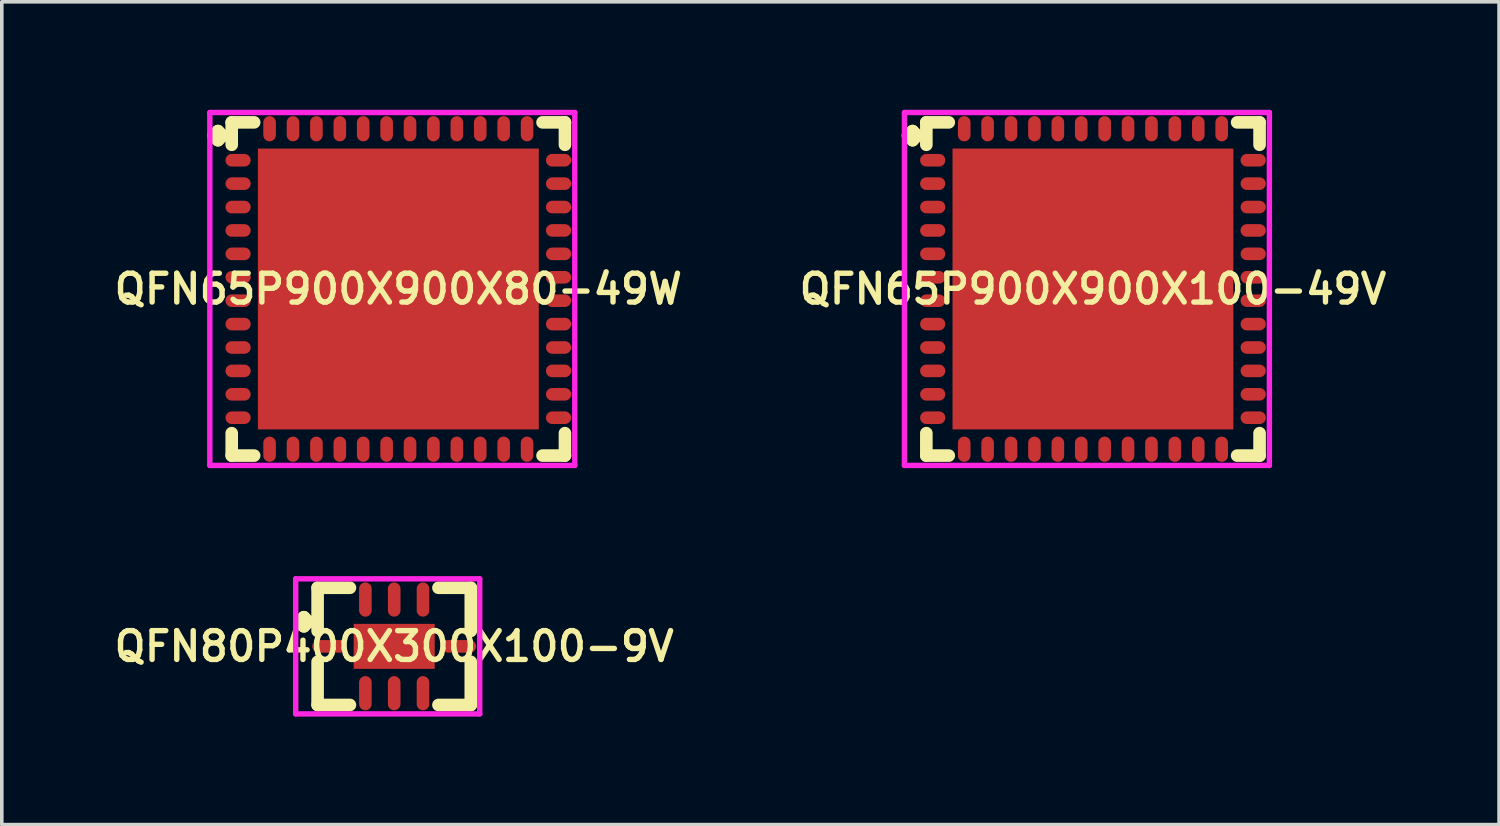
<source format=kicad_pcb>
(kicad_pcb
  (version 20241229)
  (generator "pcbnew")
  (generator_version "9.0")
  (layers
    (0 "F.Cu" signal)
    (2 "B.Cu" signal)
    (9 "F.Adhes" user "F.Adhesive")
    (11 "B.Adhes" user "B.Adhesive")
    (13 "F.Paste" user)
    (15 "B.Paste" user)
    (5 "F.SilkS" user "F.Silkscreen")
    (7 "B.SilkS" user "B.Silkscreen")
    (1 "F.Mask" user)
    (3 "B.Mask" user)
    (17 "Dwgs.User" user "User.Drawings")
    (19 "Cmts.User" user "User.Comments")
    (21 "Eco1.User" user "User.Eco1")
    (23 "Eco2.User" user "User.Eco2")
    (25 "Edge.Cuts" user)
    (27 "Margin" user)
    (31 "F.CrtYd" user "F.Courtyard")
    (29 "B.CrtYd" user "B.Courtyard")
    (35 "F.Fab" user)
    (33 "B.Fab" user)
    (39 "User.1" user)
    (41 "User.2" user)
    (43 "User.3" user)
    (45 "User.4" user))
  (footprint "QFN65P900X900X80-49W"
    (layer "F.Cu")
    (at 8.012 4.975)
    (property "Reference" "QFN65P900X900X80-49W" (at 0 0 0) (layer "F.SilkS") (effects (font (size 0.8 0.8) (thickness 0.15))))
    (attr smd)
    (fp_line (start -5.135 -4.258) (end -5.008 -4.385) (stroke (width 0.35) (type solid)) (layer "F.SilkS"))
    (fp_line (start -5.008 -4.385) (end -4.881 -4.258) (stroke (width 0.35) (type solid)) (layer "F.SilkS"))
    (fp_line (start -5.008 -4.131) (end -5.135 -4.258) (stroke (width 0.35) (type solid)) (layer "F.SilkS"))
    (fp_line (start -4.881 -4.258) (end -5.008 -4.131) (stroke (width 0.35) (type solid)) (layer "F.SilkS"))
    (fp_line (start -4.627 -4.627) (end -4.004 -4.627) (stroke (width 0.35) (type solid)) (layer "F.SilkS"))
    (fp_line (start -4.627 -4.004) (end -4.627 -4.627) (stroke (width 0.35) (type solid)) (layer "F.SilkS"))
    (fp_line (start -4.627 4.004) (end -4.627 4.627) (stroke (width 0.35) (type solid)) (layer "F.SilkS"))
    (fp_line (start -4.627 4.627) (end -4.004 4.627) (stroke (width 0.35) (type solid)) (layer "F.SilkS"))
    (fp_line (start 4.004 -4.627) (end 4.627 -4.627) (stroke (width 0.35) (type solid)) (layer "F.SilkS"))
    (fp_line (start 4.004 4.627) (end 4.627 4.627) (stroke (width 0.35) (type solid)) (layer "F.SilkS"))
    (fp_line (start 4.627 -4.627) (end 4.627 -4.004) (stroke (width 0.35) (type solid)) (layer "F.SilkS"))
    (fp_line (start 4.627 4.627) (end 4.627 4.004) (stroke (width 0.35) (type solid)) (layer "F.SilkS"))
    (fp_line (start -5.235 -4.9) (end 4.9 -4.9) (stroke (width 0.15) (type solid)) (layer "F.CrtYd"))
    (fp_line (start -5.235 4.9) (end -5.235 -4.9) (stroke (width 0.15) (type solid)) (layer "F.CrtYd"))
    (fp_line (start 4.9 -4.9) (end 4.9 4.9) (stroke (width 0.15) (type solid)) (layer "F.CrtYd"))
    (fp_line (start 4.9 4.9) (end -5.235 4.9) (stroke (width 0.15) (type solid)) (layer "F.CrtYd"))
    (pad "1" smd oval (at -4.45 -3.575) (size 0.7 0.35) (layers "F.Cu" "F.Mask" "F.Paste"))
    (pad "2" smd oval (at -4.45 -2.925) (size 0.7 0.35) (layers "F.Cu" "F.Mask" "F.Paste"))
    (pad "3" smd oval (at -4.45 -2.275) (size 0.7 0.35) (layers "F.Cu" "F.Mask" "F.Paste"))
    (pad "4" smd oval (at -4.45 -1.625) (size 0.7 0.35) (layers "F.Cu" "F.Mask" "F.Paste"))
    (pad "5" smd oval (at -4.45 -0.975) (size 0.7 0.35) (layers "F.Cu" "F.Mask" "F.Paste"))
    (pad "6" smd oval (at -4.45 -0.325) (size 0.7 0.35) (layers "F.Cu" "F.Mask" "F.Paste"))
    (pad "7" smd oval (at -4.45 0.325) (size 0.7 0.35) (layers "F.Cu" "F.Mask" "F.Paste"))
    (pad "8" smd oval (at -4.45 0.975) (size 0.7 0.35) (layers "F.Cu" "F.Mask" "F.Paste"))
    (pad "9" smd oval (at -4.45 1.625) (size 0.7 0.35) (layers "F.Cu" "F.Mask" "F.Paste"))
    (pad "10" smd oval (at -4.45 2.275) (size 0.7 0.35) (layers "F.Cu" "F.Mask" "F.Paste"))
    (pad "11" smd oval (at -4.45 2.925) (size 0.7 0.35) (layers "F.Cu" "F.Mask" "F.Paste"))
    (pad "12" smd oval (at -4.45 3.575) (size 0.7 0.35) (layers "F.Cu" "F.Mask" "F.Paste"))
    (pad "13" smd oval (at -3.575 4.45) (size 0.35 0.7) (layers "F.Cu" "F.Mask" "F.Paste"))
    (pad "14" smd oval (at -2.925 4.45) (size 0.35 0.7) (layers "F.Cu" "F.Mask" "F.Paste"))
    (pad "15" smd oval (at -2.275 4.45) (size 0.35 0.7) (layers "F.Cu" "F.Mask" "F.Paste"))
    (pad "16" smd oval (at -1.625 4.45) (size 0.35 0.7) (layers "F.Cu" "F.Mask" "F.Paste"))
    (pad "17" smd oval (at -0.975 4.45) (size 0.35 0.7) (layers "F.Cu" "F.Mask" "F.Paste"))
    (pad "18" smd oval (at -0.325 4.45) (size 0.35 0.7) (layers "F.Cu" "F.Mask" "F.Paste"))
    (pad "19" smd oval (at 0.325 4.45) (size 0.35 0.7) (layers "F.Cu" "F.Mask" "F.Paste"))
    (pad "20" smd oval (at 0.975 4.45) (size 0.35 0.7) (layers "F.Cu" "F.Mask" "F.Paste"))
    (pad "21" smd oval (at 1.625 4.45) (size 0.35 0.7) (layers "F.Cu" "F.Mask" "F.Paste"))
    (pad "22" smd oval (at 2.275 4.45) (size 0.35 0.7) (layers "F.Cu" "F.Mask" "F.Paste"))
    (pad "23" smd oval (at 2.925 4.45) (size 0.35 0.7) (layers "F.Cu" "F.Mask" "F.Paste"))
    (pad "24" smd oval (at 3.575 4.45) (size 0.35 0.7) (layers "F.Cu" "F.Mask" "F.Paste"))
    (pad "25" smd oval (at 4.45 3.575) (size 0.7 0.35) (layers "F.Cu" "F.Mask" "F.Paste"))
    (pad "26" smd oval (at 4.45 2.925) (size 0.7 0.35) (layers "F.Cu" "F.Mask" "F.Paste"))
    (pad "27" smd oval (at 4.45 2.275) (size 0.7 0.35) (layers "F.Cu" "F.Mask" "F.Paste"))
    (pad "28" smd oval (at 4.45 1.625) (size 0.7 0.35) (layers "F.Cu" "F.Mask" "F.Paste"))
    (pad "29" smd oval (at 4.45 0.975) (size 0.7 0.35) (layers "F.Cu" "F.Mask" "F.Paste"))
    (pad "30" smd oval (at 4.45 0.325) (size 0.7 0.35) (layers "F.Cu" "F.Mask" "F.Paste"))
    (pad "31" smd oval (at 4.45 -0.325) (size 0.7 0.35) (layers "F.Cu" "F.Mask" "F.Paste"))
    (pad "32" smd oval (at 4.45 -0.975) (size 0.7 0.35) (layers "F.Cu" "F.Mask" "F.Paste"))
    (pad "33" smd oval (at 4.45 -1.625) (size 0.7 0.35) (layers "F.Cu" "F.Mask" "F.Paste"))
    (pad "34" smd oval (at 4.45 -2.275) (size 0.7 0.35) (layers "F.Cu" "F.Mask" "F.Paste"))
    (pad "35" smd oval (at 4.45 -2.925) (size 0.7 0.35) (layers "F.Cu" "F.Mask" "F.Paste"))
    (pad "36" smd oval (at 4.45 -3.575) (size 0.7 0.35) (layers "F.Cu" "F.Mask" "F.Paste"))
    (pad "37" smd oval (at 3.575 -4.45) (size 0.35 0.7) (layers "F.Cu" "F.Mask" "F.Paste"))
    (pad "38" smd oval (at 2.925 -4.45) (size 0.35 0.7) (layers "F.Cu" "F.Mask" "F.Paste"))
    (pad "39" smd oval (at 2.275 -4.45) (size 0.35 0.7) (layers "F.Cu" "F.Mask" "F.Paste"))
    (pad "40" smd oval (at 1.625 -4.45) (size 0.35 0.7) (layers "F.Cu" "F.Mask" "F.Paste"))
    (pad "41" smd oval (at 0.975 -4.45) (size 0.35 0.7) (layers "F.Cu" "F.Mask" "F.Paste"))
    (pad "42" smd oval (at 0.325 -4.45) (size 0.35 0.7) (layers "F.Cu" "F.Mask" "F.Paste"))
    (pad "43" smd oval (at -0.325 -4.45) (size 0.35 0.7) (layers "F.Cu" "F.Mask" "F.Paste"))
    (pad "44" smd oval (at -0.975 -4.45) (size 0.35 0.7) (layers "F.Cu" "F.Mask" "F.Paste"))
    (pad "45" smd oval (at -1.625 -4.45) (size 0.35 0.7) (layers "F.Cu" "F.Mask" "F.Paste"))
    (pad "46" smd oval (at -2.275 -4.45) (size 0.35 0.7) (layers "F.Cu" "F.Mask" "F.Paste"))
    (pad "47" smd oval (at -2.925 -4.45) (size 0.35 0.7) (layers "F.Cu" "F.Mask" "F.Paste"))
    (pad "48" smd oval (at -3.575 -4.45) (size 0.35 0.7) (layers "F.Cu" "F.Mask" "F.Paste"))
    (pad "49" smd rect (at 0 0) (size 7.8 7.8) (layers "F.Cu" "F.Mask" "F.Paste")))
  (footprint "QFN65P900X900X100-49V"
    (layer "F.Cu")
    (at 27.302 4.975)
    (property "Reference" "QFN65P900X900X100-49V" (at 0 0 0) (layer "F.SilkS") (effects (font (size 0.8 0.8) (thickness 0.15))))
    (attr smd)
    (fp_line (start -5.135 -4.258) (end -5.008 -4.385) (stroke (width 0.35) (type solid)) (layer "F.SilkS"))
    (fp_line (start -5.008 -4.385) (end -4.881 -4.258) (stroke (width 0.35) (type solid)) (layer "F.SilkS"))
    (fp_line (start -5.008 -4.131) (end -5.135 -4.258) (stroke (width 0.35) (type solid)) (layer "F.SilkS"))
    (fp_line (start -4.881 -4.258) (end -5.008 -4.131) (stroke (width 0.35) (type solid)) (layer "F.SilkS"))
    (fp_line (start -4.627 -4.627) (end -4.004 -4.627) (stroke (width 0.35) (type solid)) (layer "F.SilkS"))
    (fp_line (start -4.627 -4.004) (end -4.627 -4.627) (stroke (width 0.35) (type solid)) (layer "F.SilkS"))
    (fp_line (start -4.627 4.004) (end -4.627 4.627) (stroke (width 0.35) (type solid)) (layer "F.SilkS"))
    (fp_line (start -4.627 4.627) (end -4.004 4.627) (stroke (width 0.35) (type solid)) (layer "F.SilkS"))
    (fp_line (start 4.004 -4.627) (end 4.627 -4.627) (stroke (width 0.35) (type solid)) (layer "F.SilkS"))
    (fp_line (start 4.004 4.627) (end 4.627 4.627) (stroke (width 0.35) (type solid)) (layer "F.SilkS"))
    (fp_line (start 4.627 -4.627) (end 4.627 -4.004) (stroke (width 0.35) (type solid)) (layer "F.SilkS"))
    (fp_line (start 4.627 4.627) (end 4.627 4.004) (stroke (width 0.35) (type solid)) (layer "F.SilkS"))
    (fp_line (start -5.235 -4.9) (end 4.9 -4.9) (stroke (width 0.15) (type solid)) (layer "F.CrtYd"))
    (fp_line (start -5.235 4.9) (end -5.235 -4.9) (stroke (width 0.15) (type solid)) (layer "F.CrtYd"))
    (fp_line (start 4.9 -4.9) (end 4.9 4.9) (stroke (width 0.15) (type solid)) (layer "F.CrtYd"))
    (fp_line (start 4.9 4.9) (end -5.235 4.9) (stroke (width 0.15) (type solid)) (layer "F.CrtYd"))
    (pad "1" smd oval (at -4.45 -3.575) (size 0.7 0.35) (layers "F.Cu" "F.Mask" "F.Paste"))
    (pad "2" smd oval (at -4.45 -2.925) (size 0.7 0.35) (layers "F.Cu" "F.Mask" "F.Paste"))
    (pad "3" smd oval (at -4.45 -2.275) (size 0.7 0.35) (layers "F.Cu" "F.Mask" "F.Paste"))
    (pad "4" smd oval (at -4.45 -1.625) (size 0.7 0.35) (layers "F.Cu" "F.Mask" "F.Paste"))
    (pad "5" smd oval (at -4.45 -0.975) (size 0.7 0.35) (layers "F.Cu" "F.Mask" "F.Paste"))
    (pad "6" smd oval (at -4.45 -0.325) (size 0.7 0.35) (layers "F.Cu" "F.Mask" "F.Paste"))
    (pad "7" smd oval (at -4.45 0.325) (size 0.7 0.35) (layers "F.Cu" "F.Mask" "F.Paste"))
    (pad "8" smd oval (at -4.45 0.975) (size 0.7 0.35) (layers "F.Cu" "F.Mask" "F.Paste"))
    (pad "9" smd oval (at -4.45 1.625) (size 0.7 0.35) (layers "F.Cu" "F.Mask" "F.Paste"))
    (pad "10" smd oval (at -4.45 2.275) (size 0.7 0.35) (layers "F.Cu" "F.Mask" "F.Paste"))
    (pad "11" smd oval (at -4.45 2.925) (size 0.7 0.35) (layers "F.Cu" "F.Mask" "F.Paste"))
    (pad "12" smd oval (at -4.45 3.575) (size 0.7 0.35) (layers "F.Cu" "F.Mask" "F.Paste"))
    (pad "13" smd oval (at -3.575 4.45) (size 0.35 0.7) (layers "F.Cu" "F.Mask" "F.Paste"))
    (pad "14" smd oval (at -2.925 4.45) (size 0.35 0.7) (layers "F.Cu" "F.Mask" "F.Paste"))
    (pad "15" smd oval (at -2.275 4.45) (size 0.35 0.7) (layers "F.Cu" "F.Mask" "F.Paste"))
    (pad "16" smd oval (at -1.625 4.45) (size 0.35 0.7) (layers "F.Cu" "F.Mask" "F.Paste"))
    (pad "17" smd oval (at -0.975 4.45) (size 0.35 0.7) (layers "F.Cu" "F.Mask" "F.Paste"))
    (pad "18" smd oval (at -0.325 4.45) (size 0.35 0.7) (layers "F.Cu" "F.Mask" "F.Paste"))
    (pad "19" smd oval (at 0.325 4.45) (size 0.35 0.7) (layers "F.Cu" "F.Mask" "F.Paste"))
    (pad "20" smd oval (at 0.975 4.45) (size 0.35 0.7) (layers "F.Cu" "F.Mask" "F.Paste"))
    (pad "21" smd oval (at 1.625 4.45) (size 0.35 0.7) (layers "F.Cu" "F.Mask" "F.Paste"))
    (pad "22" smd oval (at 2.275 4.45) (size 0.35 0.7) (layers "F.Cu" "F.Mask" "F.Paste"))
    (pad "23" smd oval (at 2.925 4.45) (size 0.35 0.7) (layers "F.Cu" "F.Mask" "F.Paste"))
    (pad "24" smd oval (at 3.575 4.45) (size 0.35 0.7) (layers "F.Cu" "F.Mask" "F.Paste"))
    (pad "25" smd oval (at 4.45 3.575) (size 0.7 0.35) (layers "F.Cu" "F.Mask" "F.Paste"))
    (pad "26" smd oval (at 4.45 2.925) (size 0.7 0.35) (layers "F.Cu" "F.Mask" "F.Paste"))
    (pad "27" smd oval (at 4.45 2.275) (size 0.7 0.35) (layers "F.Cu" "F.Mask" "F.Paste"))
    (pad "28" smd oval (at 4.45 1.625) (size 0.7 0.35) (layers "F.Cu" "F.Mask" "F.Paste"))
    (pad "29" smd oval (at 4.45 0.975) (size 0.7 0.35) (layers "F.Cu" "F.Mask" "F.Paste"))
    (pad "30" smd oval (at 4.45 0.325) (size 0.7 0.35) (layers "F.Cu" "F.Mask" "F.Paste"))
    (pad "31" smd oval (at 4.45 -0.325) (size 0.7 0.35) (layers "F.Cu" "F.Mask" "F.Paste"))
    (pad "32" smd oval (at 4.45 -0.975) (size 0.7 0.35) (layers "F.Cu" "F.Mask" "F.Paste"))
    (pad "33" smd oval (at 4.45 -1.625) (size 0.7 0.35) (layers "F.Cu" "F.Mask" "F.Paste"))
    (pad "34" smd oval (at 4.45 -2.275) (size 0.7 0.35) (layers "F.Cu" "F.Mask" "F.Paste"))
    (pad "35" smd oval (at 4.45 -2.925) (size 0.7 0.35) (layers "F.Cu" "F.Mask" "F.Paste"))
    (pad "36" smd oval (at 4.45 -3.575) (size 0.7 0.35) (layers "F.Cu" "F.Mask" "F.Paste"))
    (pad "37" smd oval (at 3.575 -4.45) (size 0.35 0.7) (layers "F.Cu" "F.Mask" "F.Paste"))
    (pad "38" smd oval (at 2.925 -4.45) (size 0.35 0.7) (layers "F.Cu" "F.Mask" "F.Paste"))
    (pad "39" smd oval (at 2.275 -4.45) (size 0.35 0.7) (layers "F.Cu" "F.Mask" "F.Paste"))
    (pad "40" smd oval (at 1.625 -4.45) (size 0.35 0.7) (layers "F.Cu" "F.Mask" "F.Paste"))
    (pad "41" smd oval (at 0.975 -4.45) (size 0.35 0.7) (layers "F.Cu" "F.Mask" "F.Paste"))
    (pad "42" smd oval (at 0.325 -4.45) (size 0.35 0.7) (layers "F.Cu" "F.Mask" "F.Paste"))
    (pad "43" smd oval (at -0.325 -4.45) (size 0.35 0.7) (layers "F.Cu" "F.Mask" "F.Paste"))
    (pad "44" smd oval (at -0.975 -4.45) (size 0.35 0.7) (layers "F.Cu" "F.Mask" "F.Paste"))
    (pad "45" smd oval (at -1.625 -4.45) (size 0.35 0.7) (layers "F.Cu" "F.Mask" "F.Paste"))
    (pad "46" smd oval (at -2.275 -4.45) (size 0.35 0.7) (layers "F.Cu" "F.Mask" "F.Paste"))
    (pad "47" smd oval (at -2.925 -4.45) (size 0.35 0.7) (layers "F.Cu" "F.Mask" "F.Paste"))
    (pad "48" smd oval (at -3.575 -4.45) (size 0.35 0.7) (layers "F.Cu" "F.Mask" "F.Paste"))
    (pad "49" smd rect (at 0 0) (size 7.8 7.8) (layers "F.Cu" "F.Mask" "F.Paste")))
  (footprint "QFN80P400X300X100-9V"
    (layer "F.Cu")
    (at 7.897 14.9)
    (property "Reference" "QFN80P400X300X100-9V" (at 0 0 0) (layer "F.SilkS") (effects (font (size 0.8 0.8) (thickness 0.15))))
    (attr through_hole)
    (fp_line (start -2.635 -0.683) (end -2.508 -0.81) (stroke (width 0.35) (type solid)) (layer "F.SilkS"))
    (fp_line (start -2.508 -0.81) (end -2.381 -0.683) (stroke (width 0.35) (type solid)) (layer "F.SilkS"))
    (fp_line (start -2.508 -0.556) (end -2.635 -0.683) (stroke (width 0.35) (type solid)) (layer "F.SilkS"))
    (fp_line (start -2.381 -0.683) (end -2.508 -0.556) (stroke (width 0.35) (type solid)) (layer "F.SilkS"))
    (fp_line (start -2.127 -1.627) (end -1.229 -1.627) (stroke (width 0.35) (type solid)) (layer "F.SilkS"))
    (fp_line (start -2.127 -0.429) (end -2.127 -1.627) (stroke (width 0.35) (type solid)) (layer "F.SilkS"))
    (fp_line (start -2.127 0.429) (end -2.127 1.627) (stroke (width 0.35) (type solid)) (layer "F.SilkS"))
    (fp_line (start -2.127 1.627) (end -1.229 1.627) (stroke (width 0.35) (type solid)) (layer "F.SilkS"))
    (fp_line (start 1.229 -1.627) (end 2.127 -1.627) (stroke (width 0.35) (type solid)) (layer "F.SilkS"))
    (fp_line (start 1.229 1.627) (end 2.127 1.627) (stroke (width 0.35) (type solid)) (layer "F.SilkS"))
    (fp_line (start 2.127 -1.627) (end 2.127 -0.429) (stroke (width 0.35) (type solid)) (layer "F.SilkS"))
    (fp_line (start 2.127 1.627) (end 2.127 0.429) (stroke (width 0.35) (type solid)) (layer "F.SilkS"))
    (fp_line (start -2.735 -1.875) (end 2.375 -1.875) (stroke (width 0.15) (type solid)) (layer "F.CrtYd"))
    (fp_line (start -2.735 1.875) (end -2.735 -1.875) (stroke (width 0.15) (type solid)) (layer "F.CrtYd"))
    (fp_line (start 2.375 -1.875) (end 2.375 1.875) (stroke (width 0.15) (type solid)) (layer "F.CrtYd"))
    (fp_line (start 2.375 1.875) (end -2.735 1.875) (stroke (width 0.15) (type solid)) (layer "F.CrtYd"))
    (pad "1" smd oval (at -1.8 0) (size 0.95 0.35) (layers "F.Cu" "F.Mask" "F.Paste"))
    (pad "2" smd oval (at -0.8 1.3) (size 0.35 0.95) (layers "F.Cu" "F.Mask" "F.Paste"))
    (pad "3" smd oval (at 0 1.3) (size 0.35 0.95) (layers "F.Cu" "F.Mask" "F.Paste"))
    (pad "4" smd oval (at 0.8 1.3) (size 0.35 0.95) (layers "F.Cu" "F.Mask" "F.Paste"))
    (pad "5" smd oval (at 1.8 0) (size 0.95 0.35) (layers "F.Cu" "F.Mask" "F.Paste"))
    (pad "6" smd oval (at 0.8 -1.3) (size 0.35 0.95) (layers "F.Cu" "F.Mask" "F.Paste"))
    (pad "7" smd oval (at 0 -1.3) (size 0.35 0.95) (layers "F.Cu" "F.Mask" "F.Paste"))
    (pad "8" smd oval (at -0.8 -1.3) (size 0.35 0.95) (layers "F.Cu" "F.Mask" "F.Paste"))
    (pad "9" smd rect (at 0 0) (size 2.25 1.25) (layers "F.Cu" "F.Mask" "F.Paste")))
  (gr_rect
    (start -3 -3)
    (end 38.58 19.85)
    (stroke (width 0.1) (type default))
    (fill no)
    (layer "Edge.Cuts")))
</source>
